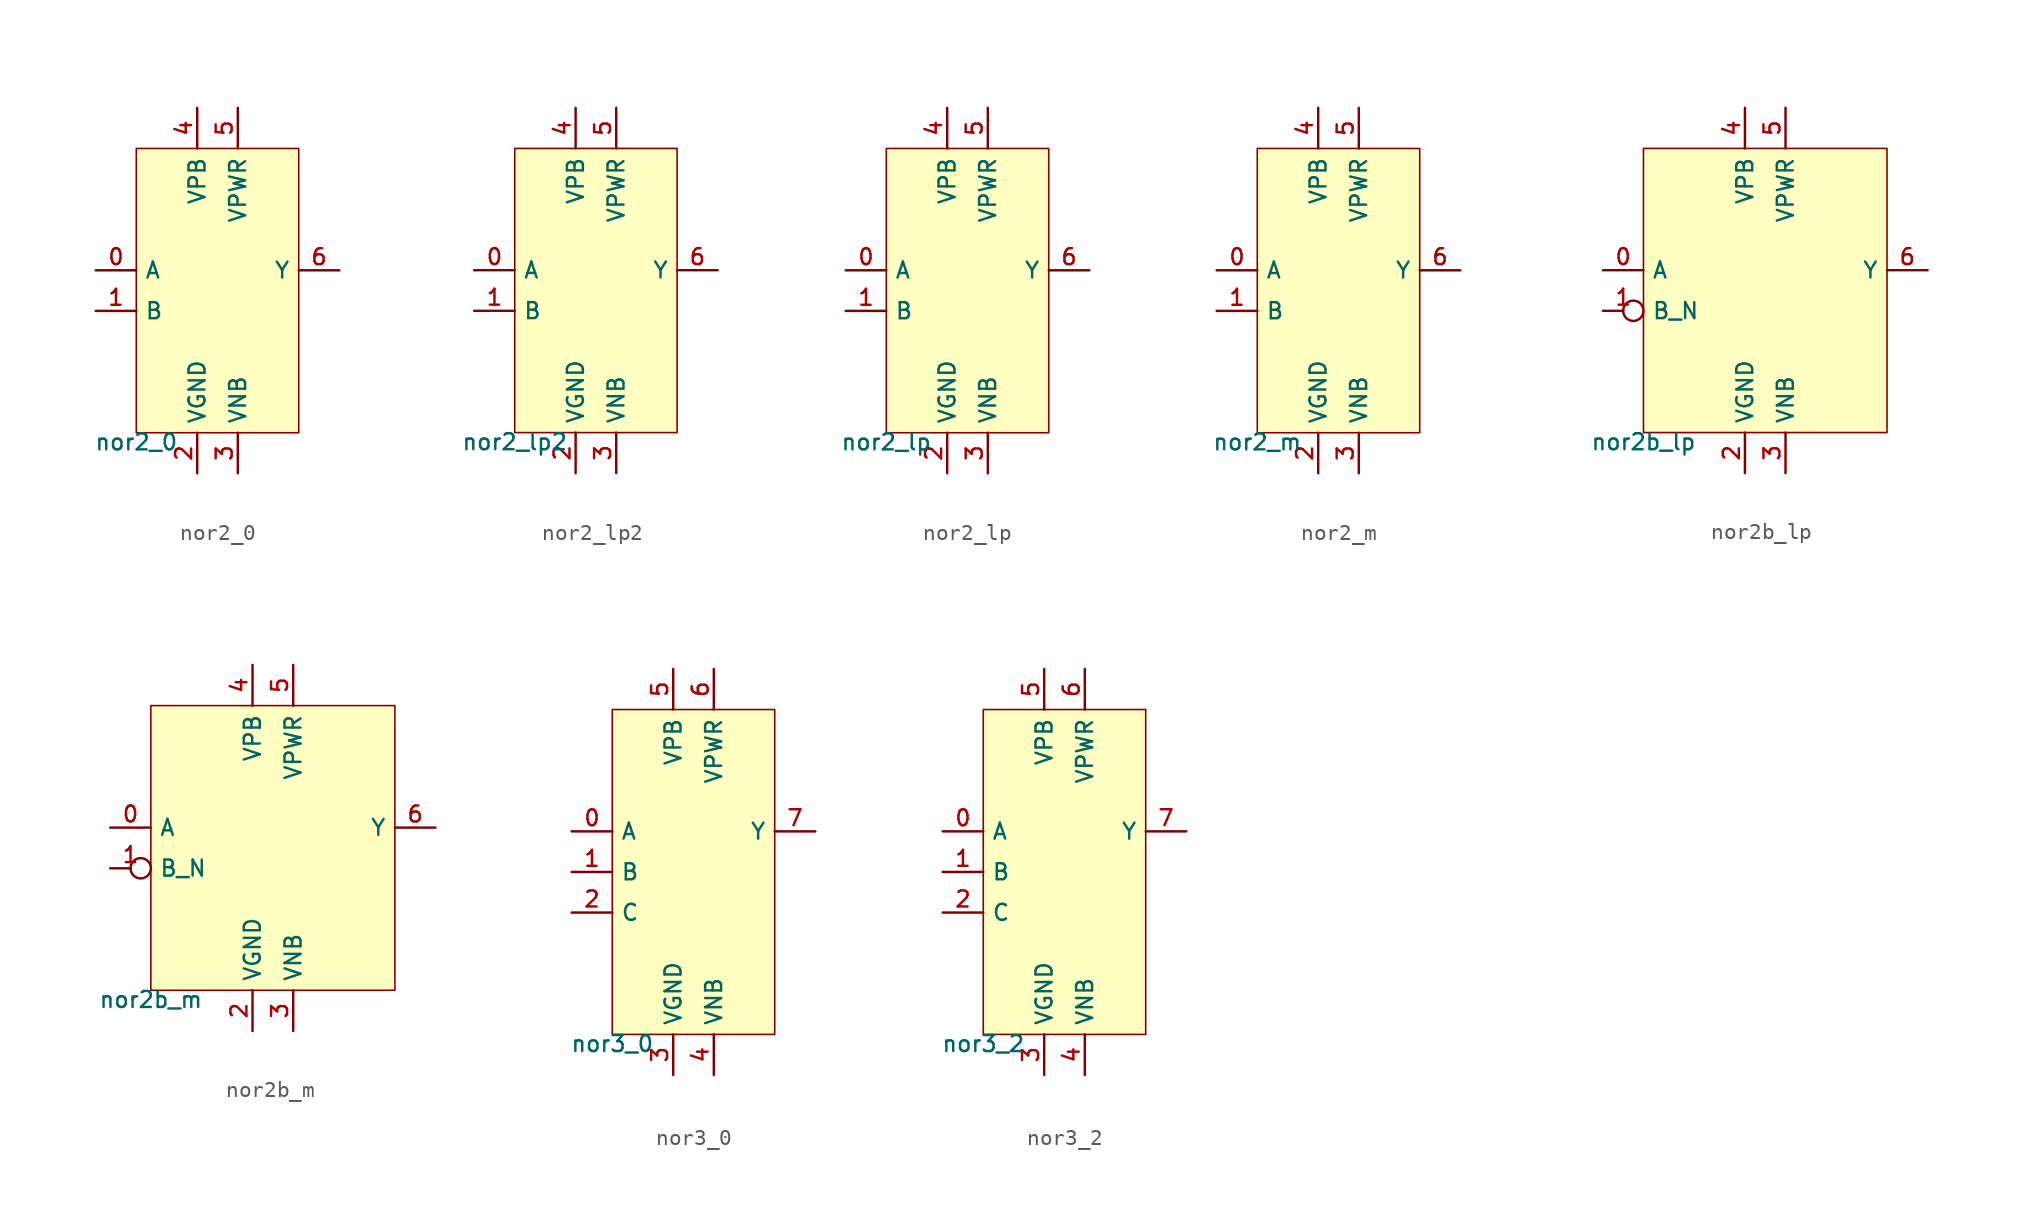
<source format=kicad_sym>
(kicad_symbol_lib
  (version 20211014)
  (generator pdk2kicad)
  (symbol "nor2_0"
    (property "Reference" "X"
      (at 0 0 0)
      (effects (font (size 1 1)) hide))
    (property "Value" "nor2_0"
      (at -5.08 -8.89 0)
      (effects (font (size 1 1)) (justify top)))
    (rectangle
      (start -5.08 -8.89)
      (end 5.08 8.89)
      (stroke (width 0.1) (type solid) (color 0 0 0 0))
      (fill (type background)))
    (pin input line
      (at -7.62 1.27 0)
      (length 2.54)
      (name "A" (effects (font (size 1 1)) hide))
      (number "0" (effects (font (size 1 1)) hide)))
    (pin input line
      (at -7.62 -1.27 0)
      (length 2.54)
      (name "B" (effects (font (size 1 1)) hide))
      (number "1" (effects (font (size 1 1)) hide)))
    (pin power_in line
      (at -1.27 -11.43 90)
      (length 2.54)
      (name "VGND" (effects (font (size 1 1)) hide))
      (number "2" (effects (font (size 1 1)) hide)))
    (pin power_in line
      (at 1.27 -11.43 90)
      (length 2.54)
      (name "VNB" (effects (font (size 1 1)) hide))
      (number "3" (effects (font (size 1 1)) hide)))
    (pin power_in line
      (at -1.27 11.43 270)
      (length 2.54)
      (name "VPB" (effects (font (size 1 1)) hide))
      (number "4" (effects (font (size 1 1)) hide)))
    (pin power_in line
      (at 1.27 11.43 270)
      (length 2.54)
      (name "VPWR" (effects (font (size 1 1)) hide))
      (number "5" (effects (font (size 1 1)) hide)))
    (pin output line
      (at 7.62 1.27 180)
      (length 2.54)
      (name "Y" (effects (font (size 1 1)) hide))
      (number "6" (effects (font (size 1 1)) hide))))
  (symbol "nor2_lp2"
    (property "Reference" "X"
      (at 0 0 0)
      (effects (font (size 1 1)) hide))
    (property "Value" "nor2_lp2"
      (at -5.08 -8.89 0)
      (effects (font (size 1 1)) (justify top)))
    (rectangle
      (start -5.08 -8.89)
      (end 5.08 8.89)
      (stroke (width 0.1) (type solid) (color 0 0 0 0))
      (fill (type background)))
    (pin input line
      (at -7.62 1.27 0)
      (length 2.54)
      (name "A" (effects (font (size 1 1)) hide))
      (number "0" (effects (font (size 1 1)) hide)))
    (pin input line
      (at -7.62 -1.27 0)
      (length 2.54)
      (name "B" (effects (font (size 1 1)) hide))
      (number "1" (effects (font (size 1 1)) hide)))
    (pin power_in line
      (at -1.27 -11.43 90)
      (length 2.54)
      (name "VGND" (effects (font (size 1 1)) hide))
      (number "2" (effects (font (size 1 1)) hide)))
    (pin power_in line
      (at 1.27 -11.43 90)
      (length 2.54)
      (name "VNB" (effects (font (size 1 1)) hide))
      (number "3" (effects (font (size 1 1)) hide)))
    (pin power_in line
      (at -1.27 11.43 270)
      (length 2.54)
      (name "VPB" (effects (font (size 1 1)) hide))
      (number "4" (effects (font (size 1 1)) hide)))
    (pin power_in line
      (at 1.27 11.43 270)
      (length 2.54)
      (name "VPWR" (effects (font (size 1 1)) hide))
      (number "5" (effects (font (size 1 1)) hide)))
    (pin output line
      (at 7.62 1.27 180)
      (length 2.54)
      (name "Y" (effects (font (size 1 1)) hide))
      (number "6" (effects (font (size 1 1)) hide))))
  (symbol "nor2_lp"
    (property "Reference" "X"
      (at 0 0 0)
      (effects (font (size 1 1)) hide))
    (property "Value" "nor2_lp"
      (at -5.08 -8.89 0)
      (effects (font (size 1 1)) (justify top)))
    (rectangle
      (start -5.08 -8.89)
      (end 5.08 8.89)
      (stroke (width 0.1) (type solid) (color 0 0 0 0))
      (fill (type background)))
    (pin input line
      (at -7.62 1.27 0)
      (length 2.54)
      (name "A" (effects (font (size 1 1)) hide))
      (number "0" (effects (font (size 1 1)) hide)))
    (pin input line
      (at -7.62 -1.27 0)
      (length 2.54)
      (name "B" (effects (font (size 1 1)) hide))
      (number "1" (effects (font (size 1 1)) hide)))
    (pin power_in line
      (at -1.27 -11.43 90)
      (length 2.54)
      (name "VGND" (effects (font (size 1 1)) hide))
      (number "2" (effects (font (size 1 1)) hide)))
    (pin power_in line
      (at 1.27 -11.43 90)
      (length 2.54)
      (name "VNB" (effects (font (size 1 1)) hide))
      (number "3" (effects (font (size 1 1)) hide)))
    (pin power_in line
      (at -1.27 11.43 270)
      (length 2.54)
      (name "VPB" (effects (font (size 1 1)) hide))
      (number "4" (effects (font (size 1 1)) hide)))
    (pin power_in line
      (at 1.27 11.43 270)
      (length 2.54)
      (name "VPWR" (effects (font (size 1 1)) hide))
      (number "5" (effects (font (size 1 1)) hide)))
    (pin output line
      (at 7.62 1.27 180)
      (length 2.54)
      (name "Y" (effects (font (size 1 1)) hide))
      (number "6" (effects (font (size 1 1)) hide))))
  (symbol "nor2_m"
    (property "Reference" "X"
      (at 0 0 0)
      (effects (font (size 1 1)) hide))
    (property "Value" "nor2_m"
      (at -5.08 -8.89 0)
      (effects (font (size 1 1)) (justify top)))
    (rectangle
      (start -5.08 -8.89)
      (end 5.08 8.89)
      (stroke (width 0.1) (type solid) (color 0 0 0 0))
      (fill (type background)))
    (pin input line
      (at -7.62 1.27 0)
      (length 2.54)
      (name "A" (effects (font (size 1 1)) hide))
      (number "0" (effects (font (size 1 1)) hide)))
    (pin input line
      (at -7.62 -1.27 0)
      (length 2.54)
      (name "B" (effects (font (size 1 1)) hide))
      (number "1" (effects (font (size 1 1)) hide)))
    (pin power_in line
      (at -1.27 -11.43 90)
      (length 2.54)
      (name "VGND" (effects (font (size 1 1)) hide))
      (number "2" (effects (font (size 1 1)) hide)))
    (pin power_in line
      (at 1.27 -11.43 90)
      (length 2.54)
      (name "VNB" (effects (font (size 1 1)) hide))
      (number "3" (effects (font (size 1 1)) hide)))
    (pin power_in line
      (at -1.27 11.43 270)
      (length 2.54)
      (name "VPB" (effects (font (size 1 1)) hide))
      (number "4" (effects (font (size 1 1)) hide)))
    (pin power_in line
      (at 1.27 11.43 270)
      (length 2.54)
      (name "VPWR" (effects (font (size 1 1)) hide))
      (number "5" (effects (font (size 1 1)) hide)))
    (pin output line
      (at 7.62 1.27 180)
      (length 2.54)
      (name "Y" (effects (font (size 1 1)) hide))
      (number "6" (effects (font (size 1 1)) hide))))
  (symbol "nor2b_lp"
    (property "Reference" "X"
      (at 0 0 0)
      (effects (font (size 1 1)) hide))
    (property "Value" "nor2b_lp"
      (at -7.62 -8.89 0)
      (effects (font (size 1 1)) (justify top)))
    (rectangle
      (start -7.62 -8.89)
      (end 7.62 8.89)
      (stroke (width 0.1) (type solid) (color 0 0 0 0))
      (fill (type background)))
    (pin input line
      (at -10.16 1.27 0)
      (length 2.54)
      (name "A" (effects (font (size 1 1)) hide))
      (number "0" (effects (font (size 1 1)) hide)))
    (pin input inverted
      (at -10.16 -1.27 0)
      (length 2.54)
      (name "B_N" (effects (font (size 1 1)) hide))
      (number "1" (effects (font (size 1 1)) hide)))
    (pin power_in line
      (at -1.27 -11.43 90)
      (length 2.54)
      (name "VGND" (effects (font (size 1 1)) hide))
      (number "2" (effects (font (size 1 1)) hide)))
    (pin power_in line
      (at 1.27 -11.43 90)
      (length 2.54)
      (name "VNB" (effects (font (size 1 1)) hide))
      (number "3" (effects (font (size 1 1)) hide)))
    (pin power_in line
      (at -1.27 11.43 270)
      (length 2.54)
      (name "VPB" (effects (font (size 1 1)) hide))
      (number "4" (effects (font (size 1 1)) hide)))
    (pin power_in line
      (at 1.27 11.43 270)
      (length 2.54)
      (name "VPWR" (effects (font (size 1 1)) hide))
      (number "5" (effects (font (size 1 1)) hide)))
    (pin output line
      (at 10.16 1.27 180)
      (length 2.54)
      (name "Y" (effects (font (size 1 1)) hide))
      (number "6" (effects (font (size 1 1)) hide))))
  (symbol "nor2b_m"
    (property "Reference" "X"
      (at 0 0 0)
      (effects (font (size 1 1)) hide))
    (property "Value" "nor2b_m"
      (at -7.62 -8.89 0)
      (effects (font (size 1 1)) (justify top)))
    (rectangle
      (start -7.62 -8.89)
      (end 7.62 8.89)
      (stroke (width 0.1) (type solid) (color 0 0 0 0))
      (fill (type background)))
    (pin input line
      (at -10.16 1.27 0)
      (length 2.54)
      (name "A" (effects (font (size 1 1)) hide))
      (number "0" (effects (font (size 1 1)) hide)))
    (pin input inverted
      (at -10.16 -1.27 0)
      (length 2.54)
      (name "B_N" (effects (font (size 1 1)) hide))
      (number "1" (effects (font (size 1 1)) hide)))
    (pin power_in line
      (at -1.27 -11.43 90)
      (length 2.54)
      (name "VGND" (effects (font (size 1 1)) hide))
      (number "2" (effects (font (size 1 1)) hide)))
    (pin power_in line
      (at 1.27 -11.43 90)
      (length 2.54)
      (name "VNB" (effects (font (size 1 1)) hide))
      (number "3" (effects (font (size 1 1)) hide)))
    (pin power_in line
      (at -1.27 11.43 270)
      (length 2.54)
      (name "VPB" (effects (font (size 1 1)) hide))
      (number "4" (effects (font (size 1 1)) hide)))
    (pin power_in line
      (at 1.27 11.43 270)
      (length 2.54)
      (name "VPWR" (effects (font (size 1 1)) hide))
      (number "5" (effects (font (size 1 1)) hide)))
    (pin output line
      (at 10.16 1.27 180)
      (length 2.54)
      (name "Y" (effects (font (size 1 1)) hide))
      (number "6" (effects (font (size 1 1)) hide))))
  (symbol "nor3_0"
    (property "Reference" "X"
      (at 0 0 0)
      (effects (font (size 1 1)) hide))
    (property "Value" "nor3_0"
      (at -5.08 -10.16 0)
      (effects (font (size 1 1)) (justify top)))
    (rectangle
      (start -5.08 -10.16)
      (end 5.08 10.16)
      (stroke (width 0.1) (type solid) (color 0 0 0 0))
      (fill (type background)))
    (pin input line
      (at -7.62 2.54 0)
      (length 2.54)
      (name "A" (effects (font (size 1 1)) hide))
      (number "0" (effects (font (size 1 1)) hide)))
    (pin input line
      (at -7.62 0.0 0)
      (length 2.54)
      (name "B" (effects (font (size 1 1)) hide))
      (number "1" (effects (font (size 1 1)) hide)))
    (pin input line
      (at -7.62 -2.54 0)
      (length 2.54)
      (name "C" (effects (font (size 1 1)) hide))
      (number "2" (effects (font (size 1 1)) hide)))
    (pin power_in line
      (at -1.27 -12.7 90)
      (length 2.54)
      (name "VGND" (effects (font (size 1 1)) hide))
      (number "3" (effects (font (size 1 1)) hide)))
    (pin power_in line
      (at 1.27 -12.7 90)
      (length 2.54)
      (name "VNB" (effects (font (size 1 1)) hide))
      (number "4" (effects (font (size 1 1)) hide)))
    (pin power_in line
      (at -1.27 12.7 270)
      (length 2.54)
      (name "VPB" (effects (font (size 1 1)) hide))
      (number "5" (effects (font (size 1 1)) hide)))
    (pin power_in line
      (at 1.27 12.7 270)
      (length 2.54)
      (name "VPWR" (effects (font (size 1 1)) hide))
      (number "6" (effects (font (size 1 1)) hide)))
    (pin output line
      (at 7.62 2.54 180)
      (length 2.54)
      (name "Y" (effects (font (size 1 1)) hide))
      (number "7" (effects (font (size 1 1)) hide))))
  (symbol "nor3_2"
    (property "Reference" "X"
      (at 0 0 0)
      (effects (font (size 1 1)) hide))
    (property "Value" "nor3_2"
      (at -5.08 -10.16 0)
      (effects (font (size 1 1)) (justify top)))
    (rectangle
      (start -5.08 -10.16)
      (end 5.08 10.16)
      (stroke (width 0.1) (type solid) (color 0 0 0 0))
      (fill (type background)))
    (pin input line
      (at -7.62 2.54 0)
      (length 2.54)
      (name "A" (effects (font (size 1 1)) hide))
      (number "0" (effects (font (size 1 1)) hide)))
    (pin input line
      (at -7.62 0.0 0)
      (length 2.54)
      (name "B" (effects (font (size 1 1)) hide))
      (number "1" (effects (font (size 1 1)) hide)))
    (pin input line
      (at -7.62 -2.54 0)
      (length 2.54)
      (name "C" (effects (font (size 1 1)) hide))
      (number "2" (effects (font (size 1 1)) hide)))
    (pin power_in line
      (at -1.27 -12.7 90)
      (length 2.54)
      (name "VGND" (effects (font (size 1 1)) hide))
      (number "3" (effects (font (size 1 1)) hide)))
    (pin power_in line
      (at 1.27 -12.7 90)
      (length 2.54)
      (name "VNB" (effects (font (size 1 1)) hide))
      (number "4" (effects (font (size 1 1)) hide)))
    (pin power_in line
      (at -1.27 12.7 270)
      (length 2.54)
      (name "VPB" (effects (font (size 1 1)) hide))
      (number "5" (effects (font (size 1 1)) hide)))
    (pin power_in line
      (at 1.27 12.7 270)
      (length 2.54)
      (name "VPWR" (effects (font (size 1 1)) hide))
      (number "6" (effects (font (size 1 1)) hide)))
    (pin output line
      (at 7.62 2.54 180)
      (length 2.54)
      (name "Y" (effects (font (size 1 1)) hide))
      (number "7" (effects (font (size 1 1)) hide)))))
</source>
